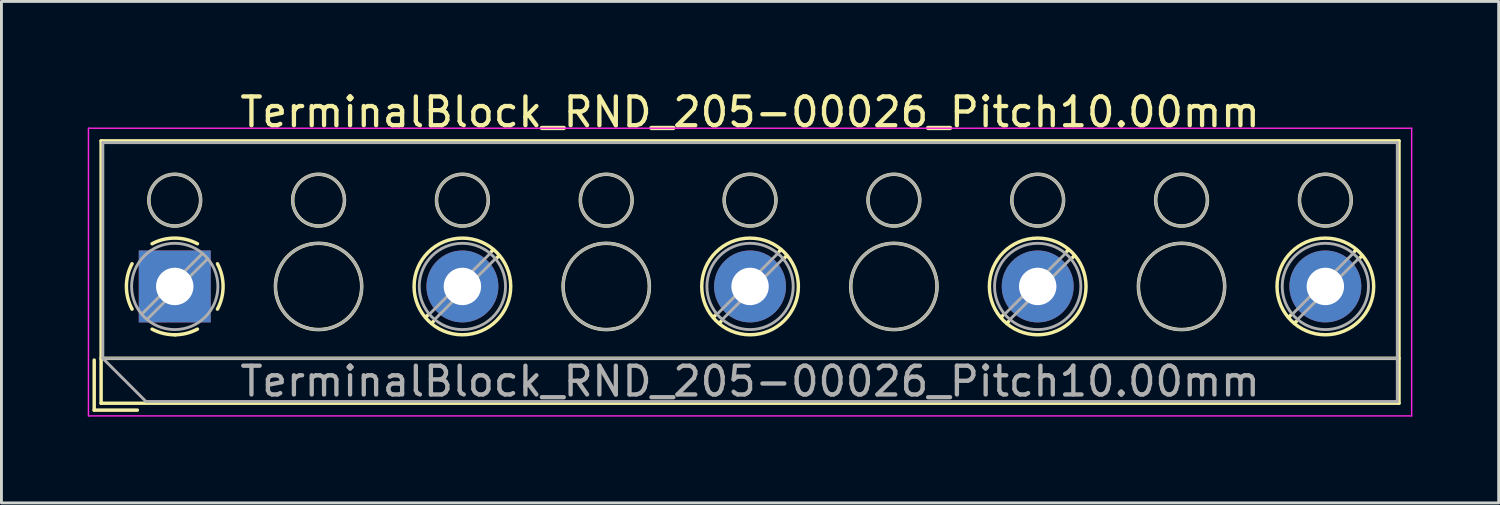
<source format=kicad_pcb>
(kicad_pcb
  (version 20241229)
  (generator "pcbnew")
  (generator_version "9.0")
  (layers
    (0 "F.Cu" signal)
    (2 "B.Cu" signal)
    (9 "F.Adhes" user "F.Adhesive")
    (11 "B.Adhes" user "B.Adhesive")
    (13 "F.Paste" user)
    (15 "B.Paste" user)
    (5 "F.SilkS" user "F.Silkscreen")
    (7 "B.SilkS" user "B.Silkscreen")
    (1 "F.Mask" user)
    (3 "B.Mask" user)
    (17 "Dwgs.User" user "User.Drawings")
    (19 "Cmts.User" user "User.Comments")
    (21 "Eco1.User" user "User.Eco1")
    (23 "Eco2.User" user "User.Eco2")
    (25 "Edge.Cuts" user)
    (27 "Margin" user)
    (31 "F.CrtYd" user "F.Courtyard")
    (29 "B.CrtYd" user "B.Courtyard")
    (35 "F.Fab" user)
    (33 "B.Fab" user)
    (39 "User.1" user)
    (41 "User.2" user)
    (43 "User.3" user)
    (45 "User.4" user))
  (footprint "TerminalBlock_RND_205-00026_Pitch10.00mm"
    (layer "F.Cu")
    (at 3.025 6.908)
    (property "Reference" "TerminalBlock_RND_205-00026_Pitch10.00mm" (at 20 -6.06 0) (layer "F.SilkS") (effects (font (size 1 1) (thickness 0.15))))
    (attr through_hole)
    (fp_line (start -2.8 2.56) (end -2.8 4.3) (stroke (width 0.12) (type solid)) (layer "F.SilkS"))
    (fp_line (start -2.8 4.3) (end -1.3 4.3) (stroke (width 0.12) (type solid)) (layer "F.SilkS"))
    (fp_line (start -2.56 -5.06) (end -2.56 4.06) (stroke (width 0.12) (type solid)) (layer "F.SilkS"))
    (fp_line (start -2.56 2.5) (end 42.56 2.5) (stroke (width 0.12) (type solid)) (layer "F.SilkS"))
    (fp_line (start -2.56 4.06) (end 42.56 4.06) (stroke (width 0.12) (type solid)) (layer "F.SilkS"))
    (fp_line (start 8.82 0.976) (end 8.726 1.069) (stroke (width 0.12) (type solid)) (layer "F.SilkS"))
    (fp_line (start 8.99 1.216) (end 8.931 1.274) (stroke (width 0.12) (type solid)) (layer "F.SilkS"))
    (fp_line (start 11.07 -1.275) (end 11.011 -1.216) (stroke (width 0.12) (type solid)) (layer "F.SilkS"))
    (fp_line (start 11.275 -1.069) (end 11.181 -0.976) (stroke (width 0.12) (type solid)) (layer "F.SilkS"))
    (fp_line (start 18.82 0.976) (end 18.726 1.069) (stroke (width 0.12) (type solid)) (layer "F.SilkS"))
    (fp_line (start 18.99 1.216) (end 18.931 1.274) (stroke (width 0.12) (type solid)) (layer "F.SilkS"))
    (fp_line (start 21.07 -1.275) (end 21.011 -1.216) (stroke (width 0.12) (type solid)) (layer "F.SilkS"))
    (fp_line (start 21.275 -1.069) (end 21.181 -0.976) (stroke (width 0.12) (type solid)) (layer "F.SilkS"))
    (fp_line (start 28.82 0.976) (end 28.726 1.069) (stroke (width 0.12) (type solid)) (layer "F.SilkS"))
    (fp_line (start 28.99 1.216) (end 28.931 1.274) (stroke (width 0.12) (type solid)) (layer "F.SilkS"))
    (fp_line (start 31.07 -1.275) (end 31.011 -1.216) (stroke (width 0.12) (type solid)) (layer "F.SilkS"))
    (fp_line (start 31.275 -1.069) (end 31.181 -0.976) (stroke (width 0.12) (type solid)) (layer "F.SilkS"))
    (fp_line (start 38.82 0.976) (end 38.726 1.069) (stroke (width 0.12) (type solid)) (layer "F.SilkS"))
    (fp_line (start 38.99 1.216) (end 38.931 1.274) (stroke (width 0.12) (type solid)) (layer "F.SilkS"))
    (fp_line (start 41.07 -1.275) (end 41.011 -1.216) (stroke (width 0.12) (type solid)) (layer "F.SilkS"))
    (fp_line (start 41.275 -1.069) (end 41.181 -0.976) (stroke (width 0.12) (type solid)) (layer "F.SilkS"))
    (fp_line (start 42.56 -5.06) (end -2.56 -5.06) (stroke (width 0.12) (type solid)) (layer "F.SilkS"))
    (fp_line (start 42.56 4.06) (end 42.56 -5.06) (stroke (width 0.12) (type solid)) (layer "F.SilkS"))
    (fp_arc (start -1.483953 0.789089) (mid -1.680708 0.00005) (end -1.484 -0.789) (stroke (width 0.12) (type solid)) (layer "F.SilkS"))
    (fp_arc (start -0.789089 -1.483953) (mid -0.00005 -1.680708) (end 0.789 -1.484) (stroke (width 0.12) (type solid)) (layer "F.SilkS"))
    (fp_arc (start 0.029383 1.68045) (mid -0.392304 1.634281) (end -0.789 1.484) (stroke (width 0.12) (type solid)) (layer "F.SilkS"))
    (fp_arc (start 0.788712 1.483352) (mid 0.406429 1.630097) (end 0 1.68) (stroke (width 0.12) (type solid)) (layer "F.SilkS"))
    (fp_arc (start 1.483953 -0.789089) (mid 1.680708 -0.00005) (end 1.484 0.789) (stroke (width 0.12) (type solid)) (layer "F.SilkS"))
    (fp_circle (center 0 -3) (end 0.9 -3) (stroke (width 0.12) (type solid)) (fill no) (layer "F.SilkS"))
    (fp_circle (center 5 -3) (end 5.9 -3) (stroke (width 0.12) (type solid)) (fill no) (layer "F.SilkS"))
    (fp_circle (center 5 0) (end 6.5 0) (stroke (width 0.12) (type solid)) (fill no) (layer "F.SilkS"))
    (fp_circle (center 10 -3) (end 10.9 -3) (stroke (width 0.12) (type solid)) (fill no) (layer "F.SilkS"))
    (fp_circle (center 10 0) (end 11.68 0) (stroke (width 0.12) (type solid)) (fill no) (layer "F.SilkS"))
    (fp_circle (center 15 -3) (end 15.9 -3) (stroke (width 0.12) (type solid)) (fill no) (layer "F.SilkS"))
    (fp_circle (center 15 0) (end 16.5 0) (stroke (width 0.12) (type solid)) (fill no) (layer "F.SilkS"))
    (fp_circle (center 20 -3) (end 20.9 -3) (stroke (width 0.12) (type solid)) (fill no) (layer "F.SilkS"))
    (fp_circle (center 20 0) (end 21.68 0) (stroke (width 0.12) (type solid)) (fill no) (layer "F.SilkS"))
    (fp_circle (center 25 -3) (end 25.9 -3) (stroke (width 0.12) (type solid)) (fill no) (layer "F.SilkS"))
    (fp_circle (center 25 0) (end 26.5 0) (stroke (width 0.12) (type solid)) (fill no) (layer "F.SilkS"))
    (fp_circle (center 30 -3) (end 30.9 -3) (stroke (width 0.12) (type solid)) (fill no) (layer "F.SilkS"))
    (fp_circle (center 30 0) (end 31.68 0) (stroke (width 0.12) (type solid)) (fill no) (layer "F.SilkS"))
    (fp_circle (center 35 -3) (end 35.9 -3) (stroke (width 0.12) (type solid)) (fill no) (layer "F.SilkS"))
    (fp_circle (center 35 0) (end 36.5 0) (stroke (width 0.12) (type solid)) (fill no) (layer "F.SilkS"))
    (fp_circle (center 40 -3) (end 40.9 -3) (stroke (width 0.12) (type solid)) (fill no) (layer "F.SilkS"))
    (fp_circle (center 40 0) (end 41.68 0) (stroke (width 0.12) (type solid)) (fill no) (layer "F.SilkS"))
    (fp_line (start -3 -5.5) (end -3 4.5) (stroke (width 0.05) (type solid)) (layer "F.CrtYd"))
    (fp_line (start -3 4.5) (end 43 4.5) (stroke (width 0.05) (type solid)) (layer "F.CrtYd"))
    (fp_line (start 43 -5.5) (end -3 -5.5) (stroke (width 0.05) (type solid)) (layer "F.CrtYd"))
    (fp_line (start 43 4.5) (end 43 -5.5) (stroke (width 0.05) (type solid)) (layer "F.CrtYd"))
    (fp_line (start -2.5 -5) (end 42.5 -5) (stroke (width 0.1) (type solid)) (layer "F.Fab"))
    (fp_line (start -2.5 2.5) (end -2.5 -5) (stroke (width 0.1) (type solid)) (layer "F.Fab"))
    (fp_line (start -2.5 2.5) (end 42.5 2.5) (stroke (width 0.1) (type solid)) (layer "F.Fab"))
    (fp_line (start -1 4) (end -2.5 2.5) (stroke (width 0.1) (type solid)) (layer "F.Fab"))
    (fp_line (start 0.955 -1.138) (end -1.138 0.955) (stroke (width 0.1) (type solid)) (layer "F.Fab"))
    (fp_line (start 1.138 -0.955) (end -0.955 1.138) (stroke (width 0.1) (type solid)) (layer "F.Fab"))
    (fp_line (start 10.955 -1.138) (end 8.863 0.955) (stroke (width 0.1) (type solid)) (layer "F.Fab"))
    (fp_line (start 11.138 -0.955) (end 9.046 1.138) (stroke (width 0.1) (type solid)) (layer "F.Fab"))
    (fp_line (start 20.955 -1.138) (end 18.863 0.955) (stroke (width 0.1) (type solid)) (layer "F.Fab"))
    (fp_line (start 21.138 -0.955) (end 19.046 1.138) (stroke (width 0.1) (type solid)) (layer "F.Fab"))
    (fp_line (start 30.955 -1.138) (end 28.863 0.955) (stroke (width 0.1) (type solid)) (layer "F.Fab"))
    (fp_line (start 31.138 -0.955) (end 29.046 1.138) (stroke (width 0.1) (type solid)) (layer "F.Fab"))
    (fp_line (start 40.955 -1.138) (end 38.863 0.955) (stroke (width 0.1) (type solid)) (layer "F.Fab"))
    (fp_line (start 41.138 -0.955) (end 39.046 1.138) (stroke (width 0.1) (type solid)) (layer "F.Fab"))
    (fp_line (start 42.5 -5) (end 42.5 4) (stroke (width 0.1) (type solid)) (layer "F.Fab"))
    (fp_line (start 42.5 4) (end -1 4) (stroke (width 0.1) (type solid)) (layer "F.Fab"))
    (fp_circle (center 0 -3) (end 0.9 -3) (stroke (width 0.1) (type solid)) (fill no) (layer "F.Fab"))
    (fp_circle (center 0 0) (end 1.5 0) (stroke (width 0.1) (type solid)) (fill no) (layer "F.Fab"))
    (fp_circle (center 5 -3) (end 5.9 -3) (stroke (width 0.1) (type solid)) (fill no) (layer "F.Fab"))
    (fp_circle (center 5 0) (end 6.5 0) (stroke (width 0.1) (type solid)) (fill no) (layer "F.Fab"))
    (fp_circle (center 10 -3) (end 10.9 -3) (stroke (width 0.1) (type solid)) (fill no) (layer "F.Fab"))
    (fp_circle (center 10 0) (end 11.5 0) (stroke (width 0.1) (type solid)) (fill no) (layer "F.Fab"))
    (fp_circle (center 15 -3) (end 15.9 -3) (stroke (width 0.1) (type solid)) (fill no) (layer "F.Fab"))
    (fp_circle (center 15 0) (end 16.5 0) (stroke (width 0.1) (type solid)) (fill no) (layer "F.Fab"))
    (fp_circle (center 20 -3) (end 20.9 -3) (stroke (width 0.1) (type solid)) (fill no) (layer "F.Fab"))
    (fp_circle (center 20 0) (end 21.5 0) (stroke (width 0.1) (type solid)) (fill no) (layer "F.Fab"))
    (fp_circle (center 25 -3) (end 25.9 -3) (stroke (width 0.1) (type solid)) (fill no) (layer "F.Fab"))
    (fp_circle (center 25 0) (end 26.5 0) (stroke (width 0.1) (type solid)) (fill no) (layer "F.Fab"))
    (fp_circle (center 30 -3) (end 30.9 -3) (stroke (width 0.1) (type solid)) (fill no) (layer "F.Fab"))
    (fp_circle (center 30 0) (end 31.5 0) (stroke (width 0.1) (type solid)) (fill no) (layer "F.Fab"))
    (fp_circle (center 35 -3) (end 35.9 -3) (stroke (width 0.1) (type solid)) (fill no) (layer "F.Fab"))
    (fp_circle (center 35 0) (end 36.5 0) (stroke (width 0.1) (type solid)) (fill no) (layer "F.Fab"))
    (fp_circle (center 40 -3) (end 40.9 -3) (stroke (width 0.1) (type solid)) (fill no) (layer "F.Fab"))
    (fp_circle (center 40 0) (end 41.5 0) (stroke (width 0.1) (type solid)) (fill no) (layer "F.Fab"))
    (fp_text user "${REFERENCE}" (at 20 3.3 0) (layer "F.Fab") (effects (font (size 1 1) (thickness 0.15))))
    (pad "1" thru_hole rect (at 0 0) (size 2.5 2.5) (drill 1.3) (layers "*.Cu" "*.Mask"))
    (pad "2" thru_hole circle (at 10 0) (size 2.5 2.5) (drill 1.3) (layers "*.Cu" "*.Mask"))
    (pad "3" thru_hole circle (at 20 0) (size 2.5 2.5) (drill 1.3) (layers "*.Cu" "*.Mask"))
    (pad "4" thru_hole circle (at 30 0) (size 2.5 2.5) (drill 1.3) (layers "*.Cu" "*.Mask"))
    (pad "5" thru_hole circle (at 40 0) (size 2.5 2.5) (drill 1.3) (layers "*.Cu" "*.Mask")))
  (gr_rect
    (start -3 -3)
    (end 49.05 14.433)
    (stroke (width 0.1) (type default))
    (fill no)
    (layer "Edge.Cuts")))
</source>
